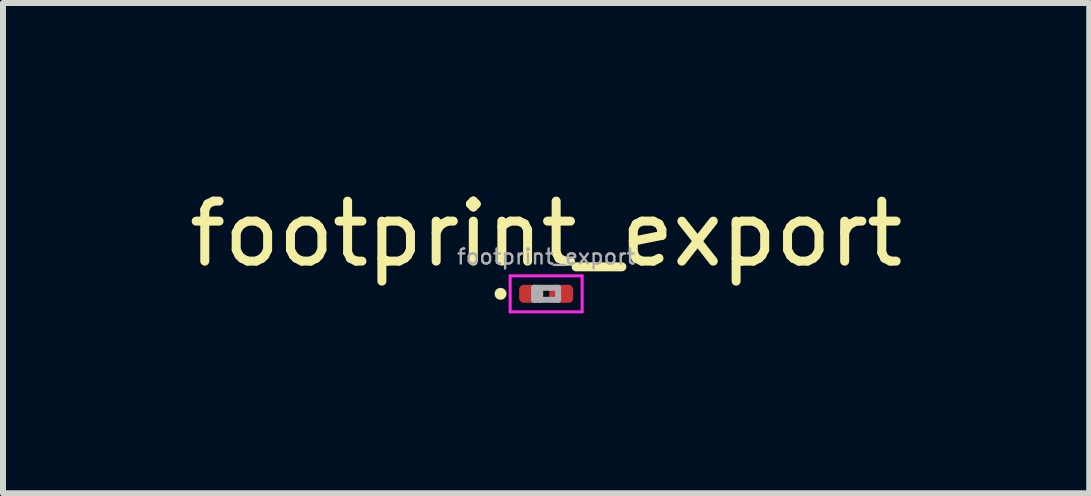
<source format=kicad_pcb>
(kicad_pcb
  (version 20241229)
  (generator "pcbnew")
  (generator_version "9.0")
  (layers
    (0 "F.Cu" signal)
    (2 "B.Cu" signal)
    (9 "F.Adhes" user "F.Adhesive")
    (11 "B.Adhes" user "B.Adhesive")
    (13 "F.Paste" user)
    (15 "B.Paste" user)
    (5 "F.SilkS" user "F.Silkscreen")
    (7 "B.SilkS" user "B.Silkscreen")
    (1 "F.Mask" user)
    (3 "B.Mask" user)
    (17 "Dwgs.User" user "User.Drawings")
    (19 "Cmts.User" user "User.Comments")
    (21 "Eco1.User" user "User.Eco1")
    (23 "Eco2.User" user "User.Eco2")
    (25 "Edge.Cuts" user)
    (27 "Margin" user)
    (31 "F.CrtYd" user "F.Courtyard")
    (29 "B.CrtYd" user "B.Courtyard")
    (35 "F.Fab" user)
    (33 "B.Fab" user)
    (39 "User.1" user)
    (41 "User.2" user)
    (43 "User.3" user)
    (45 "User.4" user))
  (footprint "footprint_export"
    (layer "F.Cu")
    (at 6.054 1.848)
    (property "Reference" "footprint_export" (at 0 -1 0) (layer "F.SilkS") (effects (font (size 1 1) (thickness 0.15))))
    (attr smd)
    (fp_circle (center -0.76 0) (end -0.71 0) (stroke (width 0.1) (type solid)) (fill no) (layer "F.SilkS"))
    (fp_line (start -0.6 -0.3) (end 0.6 -0.3) (stroke (width 0.05) (type solid)) (layer "F.CrtYd"))
    (fp_line (start -0.6 0.3) (end -0.6 -0.3) (stroke (width 0.05) (type solid)) (layer "F.CrtYd"))
    (fp_line (start 0.6 -0.3) (end 0.6 0.3) (stroke (width 0.05) (type solid)) (layer "F.CrtYd"))
    (fp_line (start 0.6 0.3) (end -0.6 0.3) (stroke (width 0.05) (type solid)) (layer "F.CrtYd"))
    (fp_line (start -0.2 -0.1) (end 0.2 -0.1) (stroke (width 0.1) (type solid)) (layer "F.Fab"))
    (fp_line (start -0.2 0.1) (end -0.2 -0.1) (stroke (width 0.1) (type solid)) (layer "F.Fab"))
    (fp_line (start -0.1 0.1) (end -0.1 -0.1) (stroke (width 0.1) (type solid)) (layer "F.Fab"))
    (fp_line (start 0.2 -0.1) (end 0.2 0.1) (stroke (width 0.1) (type solid)) (layer "F.Fab"))
    (fp_line (start 0.2 0.1) (end -0.2 0.1) (stroke (width 0.1) (type solid)) (layer "F.Fab"))
    (fp_text user "${REFERENCE}" (at 0 -0.62 0) (layer "F.Fab") (effects (font (size 0.25 0.25) (thickness 0.04))))
    (pad "" smd roundrect (at -0.275 0) (size 0.27 0.27) (layers "F.Paste") (roundrect_rratio 0.25))
    (pad "" smd roundrect (at 0.275 0) (size 0.27 0.27) (layers "F.Paste") (roundrect_rratio 0.25))
    (pad "1" smd roundrect (at -0.25 0) (size 0.4 0.3) (layers "F.Cu" "F.Mask") (roundrect_rratio 0.25))
    (pad "2" smd roundrect (at 0.25 0) (size 0.4 0.3) (layers "F.Cu" "F.Mask") (roundrect_rratio 0.25)))
  (gr_rect
    (start -3 -3)
    (end 15.107 5.173)
    (stroke (width 0.1) (type default))
    (fill no)
    (layer "Edge.Cuts")))
</source>
